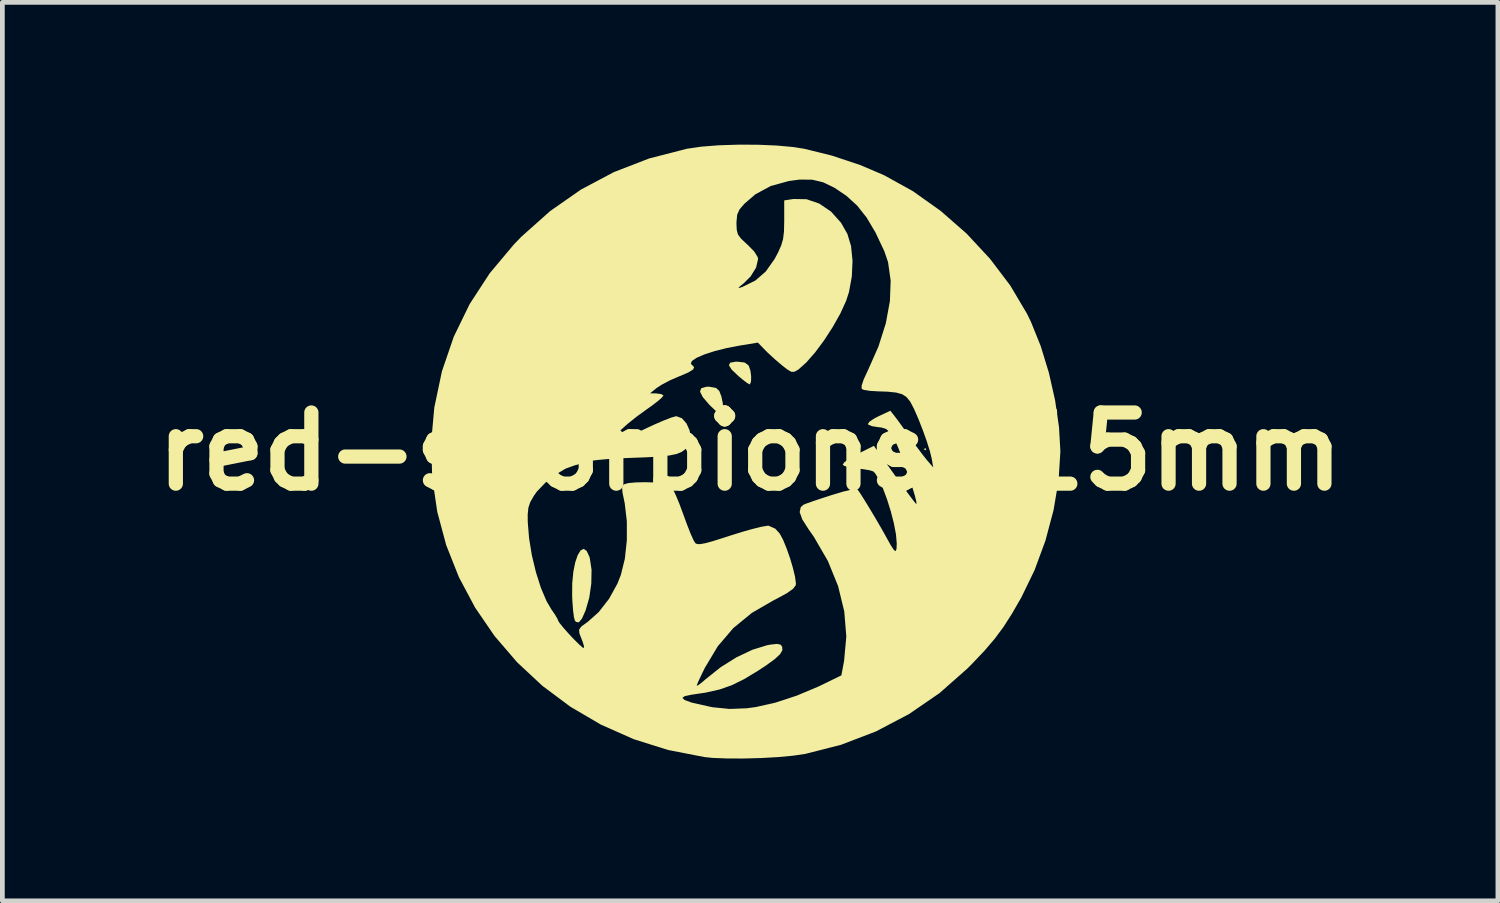
<source format=kicad_pcb>
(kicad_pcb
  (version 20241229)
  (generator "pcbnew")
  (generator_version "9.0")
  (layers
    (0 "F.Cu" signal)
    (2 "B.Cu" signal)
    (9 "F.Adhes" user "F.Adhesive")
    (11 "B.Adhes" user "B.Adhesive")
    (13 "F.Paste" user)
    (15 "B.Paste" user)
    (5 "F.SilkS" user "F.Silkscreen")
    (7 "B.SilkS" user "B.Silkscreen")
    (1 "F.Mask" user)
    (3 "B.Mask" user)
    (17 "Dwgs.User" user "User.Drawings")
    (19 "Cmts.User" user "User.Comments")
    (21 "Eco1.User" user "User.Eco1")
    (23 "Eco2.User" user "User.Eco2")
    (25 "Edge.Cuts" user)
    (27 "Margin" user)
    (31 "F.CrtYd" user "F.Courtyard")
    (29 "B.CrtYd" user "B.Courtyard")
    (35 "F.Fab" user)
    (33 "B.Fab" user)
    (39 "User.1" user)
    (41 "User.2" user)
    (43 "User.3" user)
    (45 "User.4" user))
  (footprint "red-scorpions-15mm"
    (layer "F.Cu")
    (at 12.764 6.468)
    (property "Reference" "red-scorpions-15mm" (at 0 0 0) (layer "F.SilkS") (effects (font (size 1.5 1.5) (thickness 0.3))))
    (attr board_only exclude_from_pos_files exclude_from_bom)
    (fp_poly (pts (xy 3.714 -0.048) (xy 3.69 -0.024) (xy 3.666 -0.048) (xy 3.69 -0.072)) (stroke (width 0) (type solid)) (fill yes) (layer "F.SilkS"))
    (fp_poly (pts (xy -0.719 -1.34) (xy -0.65 -1.276) (xy -0.606 -1.16) (xy -0.576 -1.018) (xy -0.564 -0.884) (xy -0.574 -0.793) (xy -0.586 -0.775) (xy -0.64 -0.793) (xy -0.736 -0.866) (xy -0.855 -0.98) (xy -0.86 -0.985) (xy -0.998 -1.146) (xy -1.056 -1.261) (xy -1.032 -1.332) (xy -0.928 -1.363) (xy -0.866 -1.366)) (stroke (width 0) (type solid)) (fill yes) (layer "F.SilkS"))
    (fp_poly (pts (xy -0.118 -1.876) (xy -0.037 -1.819) (xy -0.026 -1.8) (xy 0.007 -1.702) (xy 0.022 -1.582) (xy 0.019 -1.476) (xy -0.003 -1.418) (xy -0.012 -1.415) (xy -0.065 -1.445) (xy -0.164 -1.521) (xy -0.252 -1.595) (xy -0.391 -1.728) (xy -0.447 -1.818) (xy -0.421 -1.871) (xy -0.314 -1.892) (xy -0.265 -1.893)) (stroke (width 0) (type solid)) (fill yes) (layer "F.SilkS"))
    (fp_poly (pts (xy -3.446 2.096) (xy -3.387 2.223) (xy -3.379 2.252) (xy -3.343 2.494) (xy -3.348 2.783) (xy -3.391 3.082) (xy -3.469 3.353) (xy -3.545 3.523) (xy -3.611 3.602) (xy -3.671 3.593) (xy -3.696 3.561) (xy -3.715 3.488) (xy -3.733 3.344) (xy -3.747 3.154) (xy -3.752 3.043) (xy -3.75 2.776) (xy -3.727 2.538) (xy -3.687 2.337) (xy -3.634 2.183) (xy -3.573 2.085) (xy -3.509 2.053)) (stroke (width 0) (type solid)) (fill yes) (layer "F.SilkS"))
    (fp_poly (pts (xy 0.159 -6.467) (xy 0.558 -6.45) (xy 0.913 -6.418) (xy 1.139 -6.382) (xy 1.726 -6.237) (xy 2.317 -6.04) (xy 2.823 -5.825) (xy 3.433 -5.487) (xy 4.017 -5.072) (xy 4.563 -4.594) (xy 5.056 -4.064) (xy 5.485 -3.498) (xy 5.835 -2.908) (xy 5.921 -2.732) (xy 6.126 -2.223) (xy 6.298 -1.662) (xy 6.429 -1.081) (xy 6.512 -0.512) (xy 6.541 -0.006) (xy 6.504 0.6) (xy 6.397 1.237) (xy 6.226 1.879) (xy 5.997 2.501) (xy 5.718 3.077) (xy 5.522 3.417) (xy 5.341 3.7) (xy 5.153 3.953) (xy 4.938 4.204) (xy 4.676 4.48) (xy 4.577 4.579) (xy 3.992 5.095) (xy 3.348 5.537) (xy 2.655 5.901) (xy 1.919 6.183) (xy 1.165 6.375) (xy 0.91 6.413) (xy 0.589 6.443) (xy 0.23 6.463) (xy -0.138 6.473) (xy -0.487 6.472) (xy -0.789 6.46) (xy -0.958 6.443) (xy -1.727 6.294) (xy -2.458 6.064) (xy -3.147 5.758) (xy -3.788 5.382) (xy -4.379 4.941) (xy -4.914 4.442) (xy -5.388 3.89) (xy -5.798 3.291) (xy -6.139 2.651) (xy -6.407 1.975) (xy -6.581 1.326) (xy -4.689 1.326) (xy -4.688 1.486) (xy -4.66 1.828) (xy -4.601 2.19) (xy -4.515 2.547) (xy -4.41 2.877) (xy -4.292 3.155) (xy -4.191 3.327) (xy -4.109 3.447) (xy -4.058 3.536) (xy -4.05 3.561) (xy -4.019 3.614) (xy -3.94 3.712) (xy -3.832 3.834) (xy -3.715 3.959) (xy -3.608 4.065) (xy -3.531 4.133) (xy -3.508 4.145) (xy -3.502 4.107) (xy -3.531 4.01) (xy -3.546 3.972) (xy -3.598 3.839) (xy -3.606 3.756) (xy -3.558 3.69) (xy -3.444 3.606) (xy -3.428 3.596) (xy -3.191 3.385) (xy -2.974 3.106) (xy -2.798 2.787) (xy -2.725 2.602) (xy -2.641 2.262) (xy -2.599 1.873) (xy -2.599 1.472) (xy -2.643 1.097) (xy -2.655 1.038) (xy -2.69 0.869) (xy -2.699 0.769) (xy -2.682 0.715) (xy -2.655 0.691) (xy -2.565 0.666) (xy -2.409 0.652) (xy -2.218 0.648) (xy -2.02 0.653) (xy -1.844 0.668) (xy -1.719 0.692) (xy -1.685 0.707) (xy -1.638 0.774) (xy -1.571 0.912) (xy -1.492 1.101) (xy -1.412 1.317) (xy -1.332 1.536) (xy -1.258 1.725) (xy -1.196 1.864) (xy -1.157 1.931) (xy -1.118 1.952) (xy -1.051 1.953) (xy -0.941 1.933) (xy -0.775 1.887) (xy -0.539 1.813) (xy -0.416 1.773) (xy -0.167 1.695) (xy 0.06 1.631) (xy 0.244 1.586) (xy 0.366 1.566) (xy 0.392 1.566) (xy 0.531 1.628) (xy 0.624 1.731) (xy 0.694 1.86) (xy 0.768 2.041) (xy 0.841 2.248) (xy 0.903 2.457) (xy 0.947 2.641) (xy 0.965 2.776) (xy 0.962 2.82) (xy 0.906 2.895) (xy 0.772 2.99) (xy 0.554 3.108) (xy 0.507 3.131) (xy 0.038 3.402) (xy -0.355 3.724) (xy -0.682 4.107) (xy -0.954 4.561) (xy -0.954 4.561) (xy -1.034 4.725) (xy -1.095 4.856) (xy -1.125 4.931) (xy -1.126 4.938) (xy -1.095 4.928) (xy -1.013 4.866) (xy -0.932 4.796) (xy -0.622 4.549) (xy -0.287 4.339) (xy 0.049 4.18) (xy 0.36 4.084) (xy 0.426 4.072) (xy 0.567 4.057) (xy 0.642 4.072) (xy 0.676 4.118) (xy 0.68 4.191) (xy 0.63 4.275) (xy 0.518 4.379) (xy 0.335 4.512) (xy 0.17 4.62) (xy -0.124 4.798) (xy -0.384 4.927) (xy -0.645 5.018) (xy -0.939 5.084) (xy -1.235 5.128) (xy -1.379 5.158) (xy -1.428 5.195) (xy -1.382 5.239) (xy -1.24 5.291) (xy -1.208 5.3) (xy -0.8 5.391) (xy -0.433 5.428) (xy -0.071 5.414) (xy 0.12 5.388) (xy 0.533 5.295) (xy 0.984 5.147) (xy 1.444 4.954) (xy 1.537 4.909) (xy 1.924 4.72) (xy 1.981 4.415) (xy 2.028 3.901) (xy 1.985 3.372) (xy 1.855 2.839) (xy 1.641 2.312) (xy 1.345 1.801) (xy 1.231 1.638) (xy 1.1 1.433) (xy 1.045 1.279) (xy 1.068 1.172) (xy 1.126 1.122) (xy 1.199 1.093) (xy 1.342 1.043) (xy 1.533 0.979) (xy 1.713 0.921) (xy 1.966 0.845) (xy 2.139 0.804) (xy 2.239 0.796) (xy 2.271 0.81) (xy 2.326 0.89) (xy 2.415 1.031) (xy 2.526 1.212) (xy 2.644 1.41) (xy 2.757 1.604) (xy 2.851 1.771) (xy 2.865 1.797) (xy 2.966 1.978) (xy 3.032 2.078) (xy 3.07 2.1) (xy 3.087 2.05) (xy 3.091 1.936) (xy 3.075 1.747) (xy 3.031 1.516) (xy 2.966 1.263) (xy 2.887 1.01) (xy 2.8 0.777) (xy 2.713 0.586) (xy 2.633 0.456) (xy 2.594 0.419) (xy 2.519 0.396) (xy 2.383 0.373) (xy 2.256 0.36) (xy 2.098 0.337) (xy 1.988 0.305) (xy 1.953 0.278) (xy 1.984 0.23) (xy 2.085 0.156) (xy 2.237 0.068) (xy 2.272 0.05) (xy 2.609 -0.119) (xy 3.051 0.502) (xy 3.202 0.711) (xy 3.332 0.889) (xy 3.432 1.022) (xy 3.493 1.098) (xy 3.507 1.11) (xy 3.504 1.055) (xy 3.473 0.93) (xy 3.42 0.755) (xy 3.352 0.547) (xy 3.276 0.327) (xy 3.198 0.114) (xy 3.125 -0.072) (xy 3.064 -0.214) (xy 3.033 -0.273) (xy 2.944 -0.406) (xy 2.866 -0.475) (xy 2.769 -0.505) (xy 2.697 -0.513) (xy 2.57 -0.533) (xy 2.492 -0.566) (xy 2.483 -0.578) (xy 2.513 -0.625) (xy 2.609 -0.691) (xy 2.711 -0.744) (xy 2.956 -0.859) (xy 3.049 -0.741) (xy 3.121 -0.646) (xy 3.227 -0.5) (xy 3.347 -0.331) (xy 3.378 -0.288) (xy 3.503 -0.111) (xy 3.625 0.052) (xy 3.721 0.174) (xy 3.736 0.192) (xy 3.86 0.335) (xy 3.829 0.154) (xy 3.79 -0.006) (xy 3.723 -0.219) (xy 3.638 -0.456) (xy 3.546 -0.69) (xy 3.457 -0.894) (xy 3.381 -1.04) (xy 3.366 -1.063) (xy 3.294 -1.15) (xy 3.205 -1.207) (xy 3.079 -1.242) (xy 2.896 -1.261) (xy 2.685 -1.268) (xy 2.524 -1.278) (xy 2.401 -1.298) (xy 2.353 -1.318) (xy 2.35 -1.385) (xy 2.395 -1.521) (xy 2.484 -1.712) (xy 2.706 -2.214) (xy 2.861 -2.703) (xy 2.947 -3.17) (xy 2.963 -3.602) (xy 2.908 -3.991) (xy 2.829 -4.223) (xy 2.643 -4.616) (xy 2.456 -4.932) (xy 2.256 -5.184) (xy 2.03 -5.39) (xy 1.781 -5.558) (xy 1.541 -5.674) (xy 1.306 -5.73) (xy 1.042 -5.732) (xy 0.817 -5.702) (xy 0.435 -5.597) (xy 0.111 -5.422) (xy -0.12 -5.223) (xy -0.224 -5.102) (xy -0.273 -4.992) (xy -0.287 -4.843) (xy -0.288 -4.808) (xy -0.282 -4.67) (xy -0.256 -4.573) (xy -0.19 -4.485) (xy -0.068 -4.371) (xy -0.06 -4.365) (xy 0.086 -4.217) (xy 0.16 -4.097) (xy 0.168 -4.057) (xy 0.126 -3.877) (xy 0.011 -3.691) (xy -0.131 -3.549) (xy -0.225 -3.472) (xy -0.247 -3.444) (xy -0.2 -3.456) (xy -0.156 -3.472) (xy 0.111 -3.604) (xy 0.33 -3.795) (xy 0.517 -4.059) (xy 0.588 -4.193) (xy 0.655 -4.343) (xy 0.695 -4.48) (xy 0.714 -4.641) (xy 0.719 -4.86) (xy 0.719 -4.875) (xy 0.719 -5.293) (xy 0.914 -5.323) (xy 1.19 -5.318) (xy 1.458 -5.226) (xy 1.705 -5.058) (xy 1.916 -4.823) (xy 2.051 -4.586) (xy 2.128 -4.329) (xy 2.159 -4.019) (xy 2.144 -3.686) (xy 2.084 -3.361) (xy 2.025 -3.178) (xy 1.903 -2.91) (xy 1.743 -2.626) (xy 1.561 -2.345) (xy 1.371 -2.089) (xy 1.186 -1.878) (xy 1.022 -1.731) (xy 1.001 -1.717) (xy 0.93 -1.679) (xy 0.867 -1.68) (xy 0.783 -1.73) (xy 0.689 -1.802) (xy 0.533 -1.934) (xy 0.376 -2.078) (xy 0.327 -2.127) (xy 0.164 -2.295) (xy -0.205 -2.235) (xy -0.493 -2.18) (xy -0.751 -2.115) (xy -0.967 -2.045) (xy -1.13 -1.974) (xy -1.228 -1.907) (xy -1.25 -1.849) (xy -1.224 -1.823) (xy -1.18 -1.777) (xy -1.202 -1.728) (xy -1.298 -1.668) (xy -1.477 -1.591) (xy -1.503 -1.581) (xy -1.689 -1.5) (xy -1.857 -1.412) (xy -1.97 -1.339) (xy -2.109 -1.226) (xy -1.98 -1.224) (xy -1.876 -1.21) (xy -1.827 -1.184) (xy -1.854 -1.142) (xy -1.943 -1.063) (xy -2.08 -0.959) (xy -2.148 -0.911) (xy -2.381 -0.743) (xy -2.585 -0.58) (xy -2.748 -0.433) (xy -2.857 -0.314) (xy -2.899 -0.235) (xy -2.899 -0.232) (xy -2.885 -0.173) (xy -2.876 -0.168) (xy -2.826 -0.188) (xy -2.707 -0.242) (xy -2.534 -0.323) (xy -2.325 -0.424) (xy -2.26 -0.455) (xy -2.034 -0.561) (xy -1.829 -0.65) (xy -1.667 -0.713) (xy -1.565 -0.742) (xy -1.553 -0.743) (xy -1.437 -0.7) (xy -1.341 -0.59) (xy -1.275 -0.442) (xy -1.253 -0.285) (xy -1.287 -0.148) (xy -1.295 -0.135) (xy -1.358 -0.055) (xy -1.438 0.006) (xy -1.547 0.052) (xy -1.7 0.084) (xy -1.91 0.107) (xy -2.192 0.123) (xy -2.468 0.133) (xy -2.753 0.145) (xy -3.013 0.161) (xy -3.23 0.181) (xy -3.386 0.201) (xy -3.451 0.216) (xy -3.587 0.263) (xy -3.697 0.292) (xy -3.891 0.362) (xy -4.108 0.492) (xy -4.319 0.661) (xy -4.496 0.846) (xy -4.559 0.935) (xy -4.634 1.065) (xy -4.674 1.182) (xy -4.689 1.326) (xy -6.581 1.326) (xy -6.596 1.27) (xy -6.703 0.541) (xy -6.723 -0.207) (xy -6.658 -0.927) (xy -6.497 -1.691) (xy -6.248 -2.419) (xy -5.912 -3.109) (xy -5.489 -3.758) (xy -4.98 -4.365) (xy -4.82 -4.53) (xy -4.216 -5.068) (xy -3.567 -5.521) (xy -2.872 -5.89) (xy -2.13 -6.177) (xy -1.337 -6.381) (xy -1.331 -6.382) (xy -1.031 -6.426) (xy -0.664 -6.455) (xy -0.258 -6.468)) (stroke (width 0) (type solid)) (fill yes) (layer "F.SilkS")))
  (gr_rect
    (start -3 -3)
    (end 28.529 15.941)
    (stroke (width 0.1) (type default))
    (fill no)
    (layer "Edge.Cuts")))
</source>
